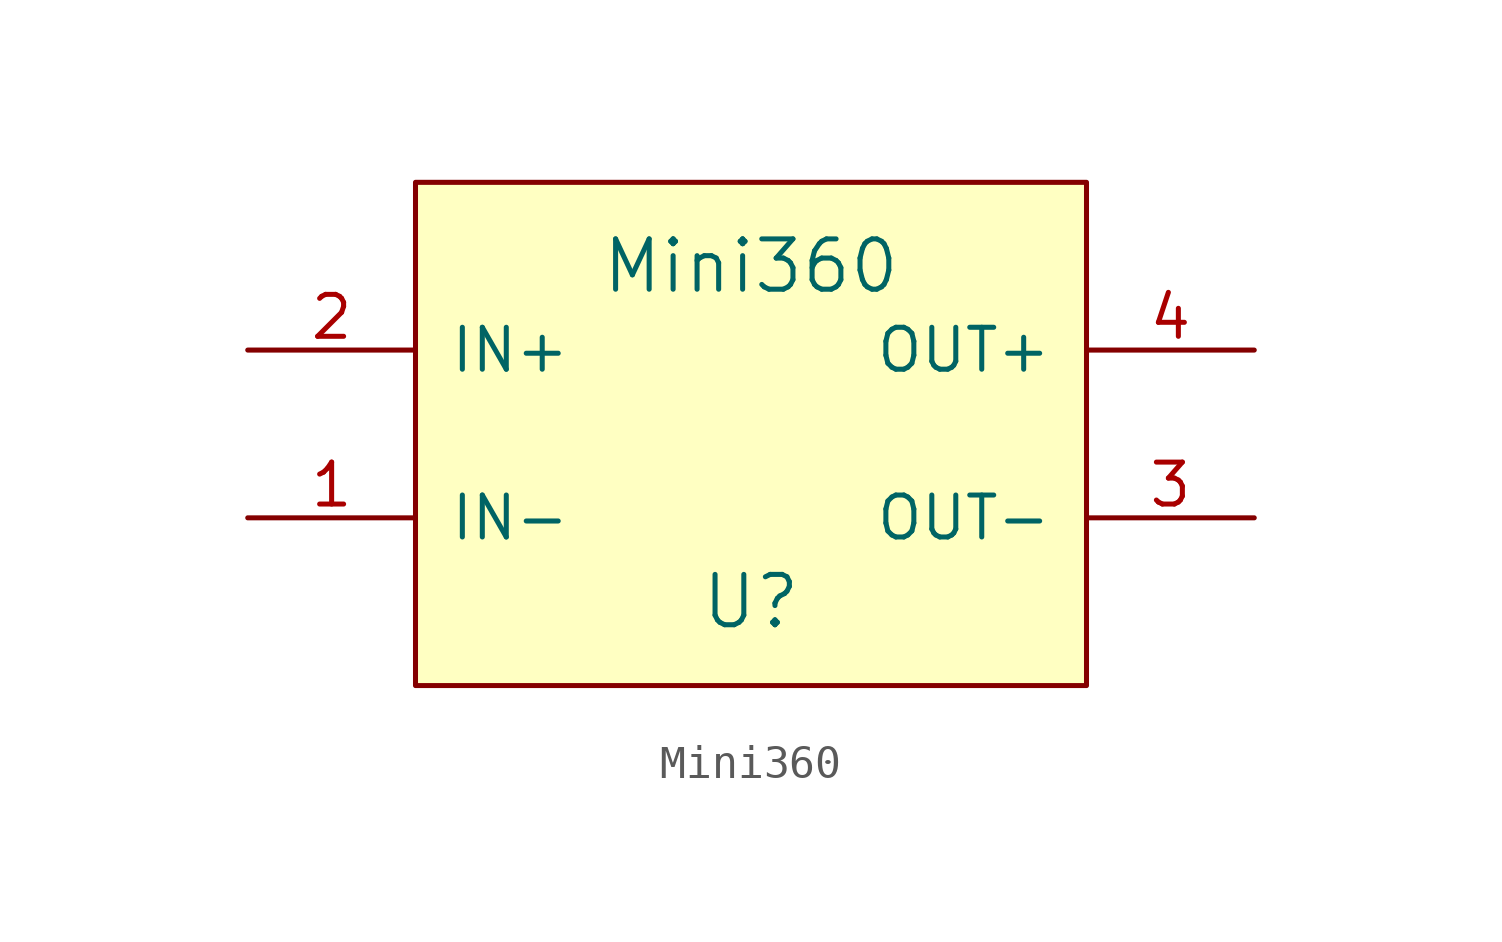
<source format=kicad_sym>
(kicad_symbol_lib
  (version 20241209)
  (generator "kicad_symbol_editor")
  (generator_version "9.0")
  (symbol "Mini360"
    (pin_names
      (offset 1.016))
    (property "Reference" "U"
      (at 0 -5.08 0)
      (effects (font (size 1.524 1.524))))
    (property "Value" "Mini360"
      (at 0 5.08 0)
      (effects (font (size 1.524 1.524))))
    (symbol "Mini360_0_1"
      (rectangle (start -10.16 7.62) (end 10.16 -7.62) (stroke (width 0) (type solid)) (fill (type background))))
    (symbol "Mini360_1_1"
      (pin power_in line (at -15.24 2.54 0) (length 5.08) (name "IN+" (effects (font (size 1.27 1.27)))) (number "2" (effects (font (size 1.27 1.27)))))
      (pin power_in line (at -15.24 -2.54 0) (length 5.08) (name "IN-" (effects (font (size 1.27 1.27)))) (number "1" (effects (font (size 1.27 1.27)))))
      (pin power_out line (at 15.24 2.54 180) (length 5.08) (name "OUT+" (effects (font (size 1.27 1.27)))) (number "4" (effects (font (size 1.27 1.27)))))
      (pin power_out line (at 15.24 -2.54 180) (length 5.08) (name "OUT-" (effects (font (size 1.27 1.27)))) (number "3" (effects (font (size 1.27 1.27))))))))
</source>
